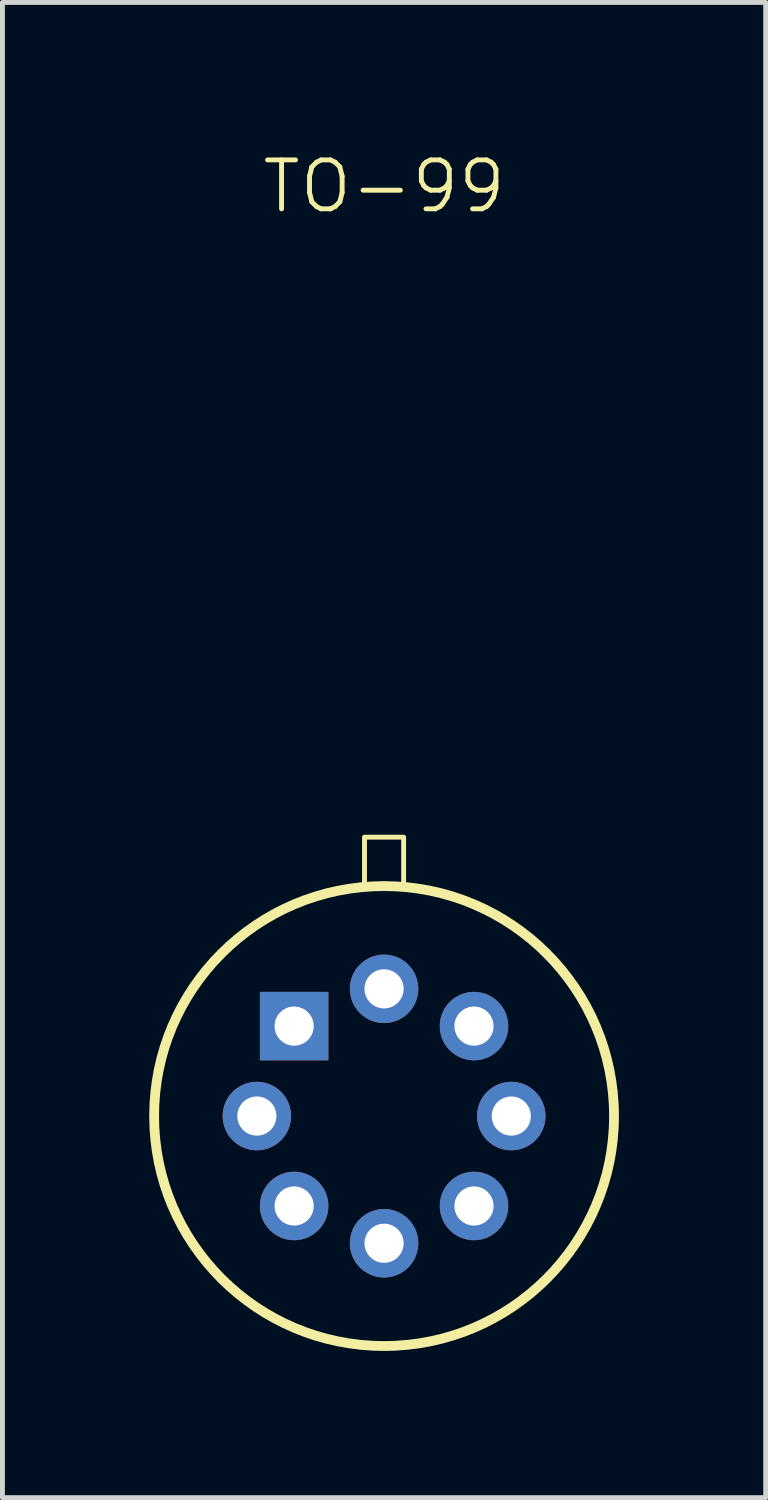
<source format=kicad_pcb>
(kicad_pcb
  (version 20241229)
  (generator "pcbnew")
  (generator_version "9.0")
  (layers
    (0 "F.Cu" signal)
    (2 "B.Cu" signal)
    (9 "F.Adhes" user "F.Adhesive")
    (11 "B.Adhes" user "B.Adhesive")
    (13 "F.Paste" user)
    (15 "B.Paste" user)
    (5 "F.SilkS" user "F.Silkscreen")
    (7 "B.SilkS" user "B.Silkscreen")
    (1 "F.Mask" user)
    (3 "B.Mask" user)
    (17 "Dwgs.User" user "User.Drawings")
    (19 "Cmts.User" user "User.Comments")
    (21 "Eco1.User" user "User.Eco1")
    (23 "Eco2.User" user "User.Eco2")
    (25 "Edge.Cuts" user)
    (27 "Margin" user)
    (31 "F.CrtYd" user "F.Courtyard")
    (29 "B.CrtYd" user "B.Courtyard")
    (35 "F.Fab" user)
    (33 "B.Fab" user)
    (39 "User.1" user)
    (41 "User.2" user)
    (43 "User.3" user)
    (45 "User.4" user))
  (footprint "TO-99"
    (layer "F.Cu")
    (at 4.8 19.761)
    (property "Reference" "TO-99" (at 0 -19 0) (unlocked yes) (layer "F.SilkS") (effects (font (size 1 1) (thickness 0.1))))
    (attr through_hole)
    (fp_rect (start -0.4 -4.7) (end 0.4 -5.7) (stroke (width 0.1) (type default)) (fill no) (layer "F.SilkS"))
    (fp_circle (center 0 0) (end 4.7 0) (stroke (width 0.2) (type solid)) (fill no) (layer "F.SilkS"))
    (pad "1" thru_hole rect (at -1.838 -1.838) (size 1.4 1.4) (drill 0.8) (layers "*.Cu" "*.Mask"))
    (pad "2" thru_hole circle (at -2.6 0) (size 1.4 1.4) (drill 0.8) (layers "*.Cu" "*.Mask"))
    (pad "3" thru_hole circle (at -1.838 1.838) (size 1.4 1.4) (drill 0.8) (layers "*.Cu" "*.Mask"))
    (pad "4" thru_hole circle (at 0 2.6) (size 1.4 1.4) (drill 0.8) (layers "*.Cu" "*.Mask"))
    (pad "5" thru_hole circle (at 1.838 1.838) (size 1.4 1.4) (drill 0.8) (layers "*.Cu" "*.Mask"))
    (pad "6" thru_hole circle (at 2.6 0) (size 1.4 1.4) (drill 0.8) (layers "*.Cu" "*.Mask"))
    (pad "7" thru_hole circle (at 1.838 -1.838) (size 1.4 1.4) (drill 0.8) (layers "*.Cu" "*.Mask"))
    (pad "8" thru_hole circle (at 0 -2.6) (size 1.4 1.4) (drill 0.8) (layers "*.Cu" "*.Mask")))
  (gr_rect
    (start -3 -3)
    (end 12.6 27.561)
    (stroke (width 0.1) (type default))
    (fill no)
    (layer "Edge.Cuts")))
</source>
